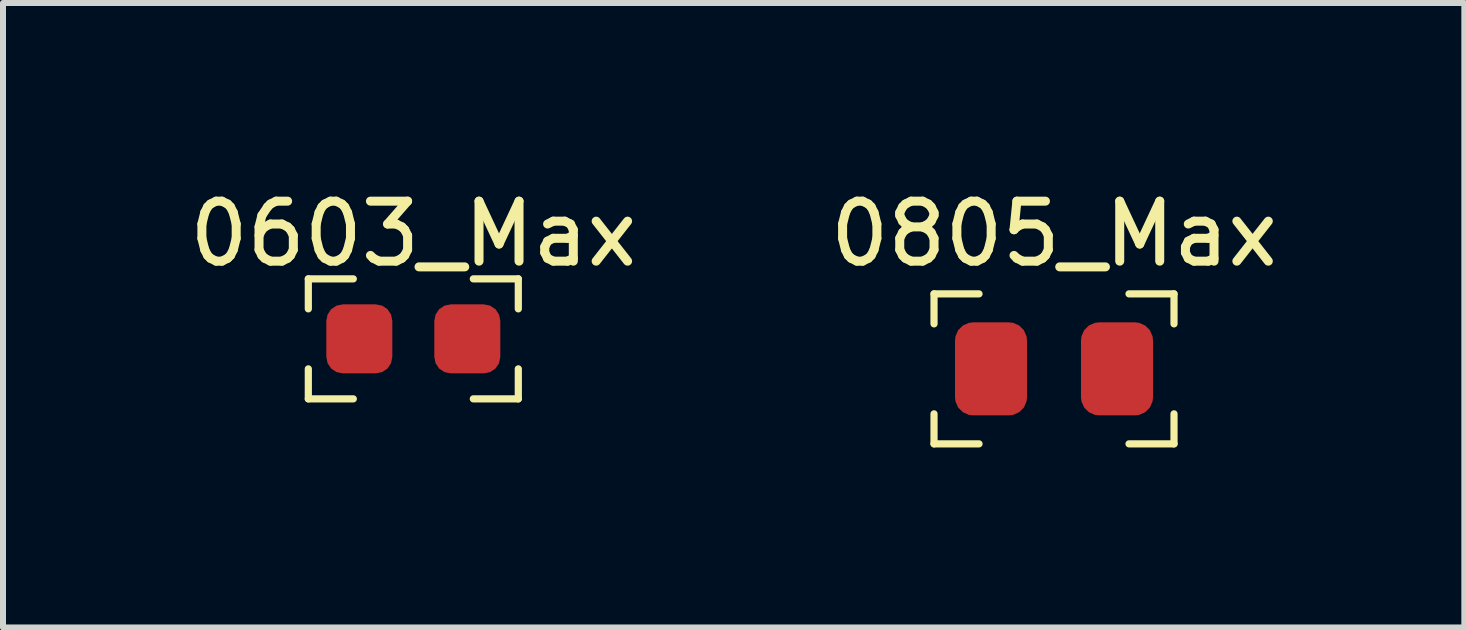
<source format=kicad_pcb>
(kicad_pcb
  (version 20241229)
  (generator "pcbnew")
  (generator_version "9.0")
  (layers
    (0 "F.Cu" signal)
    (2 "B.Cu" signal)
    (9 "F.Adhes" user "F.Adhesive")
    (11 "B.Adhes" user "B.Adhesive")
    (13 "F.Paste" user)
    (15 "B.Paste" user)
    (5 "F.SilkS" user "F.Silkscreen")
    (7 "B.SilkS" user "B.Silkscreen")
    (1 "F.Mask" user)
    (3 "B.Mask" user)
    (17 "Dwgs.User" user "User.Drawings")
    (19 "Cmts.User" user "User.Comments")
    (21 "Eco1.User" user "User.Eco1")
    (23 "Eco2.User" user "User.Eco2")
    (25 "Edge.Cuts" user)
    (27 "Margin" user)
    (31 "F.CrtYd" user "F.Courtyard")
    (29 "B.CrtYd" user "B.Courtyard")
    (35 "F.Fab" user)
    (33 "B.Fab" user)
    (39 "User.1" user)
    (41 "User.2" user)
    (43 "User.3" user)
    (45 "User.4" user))
  (footprint "0603_Max"
    (layer "F.Cu")
    (at 3.839 2.598)
    (property "Reference" "0603_Max" (at 0 -1.75 0) (unlocked yes) (layer "F.SilkS") (effects (font (size 1 1) (thickness 0.15))))
    (attr smd)
    (fp_line (start -1.75 -1) (end -1.75 -0.5) (stroke (width 0.12) (type solid)) (layer "F.SilkS"))
    (fp_line (start -1.75 1) (end -1.75 0.5) (stroke (width 0.12) (type solid)) (layer "F.SilkS"))
    (fp_line (start -1 -1) (end -1.75 -1) (stroke (width 0.12) (type solid)) (layer "F.SilkS"))
    (fp_line (start -1 1) (end -1.75 1) (stroke (width 0.12) (type solid)) (layer "F.SilkS"))
    (fp_line (start 1 -1) (end 1.75 -1) (stroke (width 0.12) (type solid)) (layer "F.SilkS"))
    (fp_line (start 1 1) (end 1.75 1) (stroke (width 0.12) (type solid)) (layer "F.SilkS"))
    (fp_line (start 1.75 -1) (end 1.75 -0.5) (stroke (width 0.12) (type solid)) (layer "F.SilkS"))
    (fp_line (start 1.75 1) (end 1.75 0.5) (stroke (width 0.12) (type solid)) (layer "F.SilkS"))
    (pad "1" smd roundrect (at -0.9 0) (size 1.1 1.15) (layers "F.Cu" "F.Mask" "F.Paste") (roundrect_rratio 0.25))
    (pad "2" smd roundrect (at 0.9 0) (size 1.1 1.15) (layers "F.Cu" "F.Mask" "F.Paste") (roundrect_rratio 0.25)))
  (footprint "0805_Max"
    (layer "F.Cu")
    (at 14.518 3.098)
    (property "Reference" "0805_Max" (at 0 -2.25 0) (unlocked yes) (layer "F.SilkS") (effects (font (size 1 1) (thickness 0.15))))
    (attr smd)
    (fp_line (start -2 -1.25) (end -2 -0.75) (stroke (width 0.12) (type solid)) (layer "F.SilkS"))
    (fp_line (start -2 1.25) (end -2 0.75) (stroke (width 0.12) (type solid)) (layer "F.SilkS"))
    (fp_line (start -1.25 -1.25) (end -2 -1.25) (stroke (width 0.12) (type solid)) (layer "F.SilkS"))
    (fp_line (start -1.25 1.25) (end -2 1.25) (stroke (width 0.12) (type solid)) (layer "F.SilkS"))
    (fp_line (start 1.25 -1.25) (end 2 -1.25) (stroke (width 0.12) (type solid)) (layer "F.SilkS"))
    (fp_line (start 1.25 1.25) (end 2 1.25) (stroke (width 0.12) (type solid)) (layer "F.SilkS"))
    (fp_line (start 2 -1.25) (end 2 -0.75) (stroke (width 0.12) (type solid)) (layer "F.SilkS"))
    (fp_line (start 2 1.25) (end 2 0.75) (stroke (width 0.12) (type solid)) (layer "F.SilkS"))
    (pad "1" smd roundrect (at -1.05 0) (size 1.2 1.55) (layers "F.Cu" "F.Mask" "F.Paste") (roundrect_rratio 0.25))
    (pad "2" smd roundrect (at 1.05 0) (size 1.2 1.55) (layers "F.Cu" "F.Mask" "F.Paste") (roundrect_rratio 0.25)))
  (gr_rect
    (start -3 -3)
    (end 21.357 7.408)
    (stroke (width 0.1) (type default))
    (fill no)
    (layer "Edge.Cuts")))
</source>
